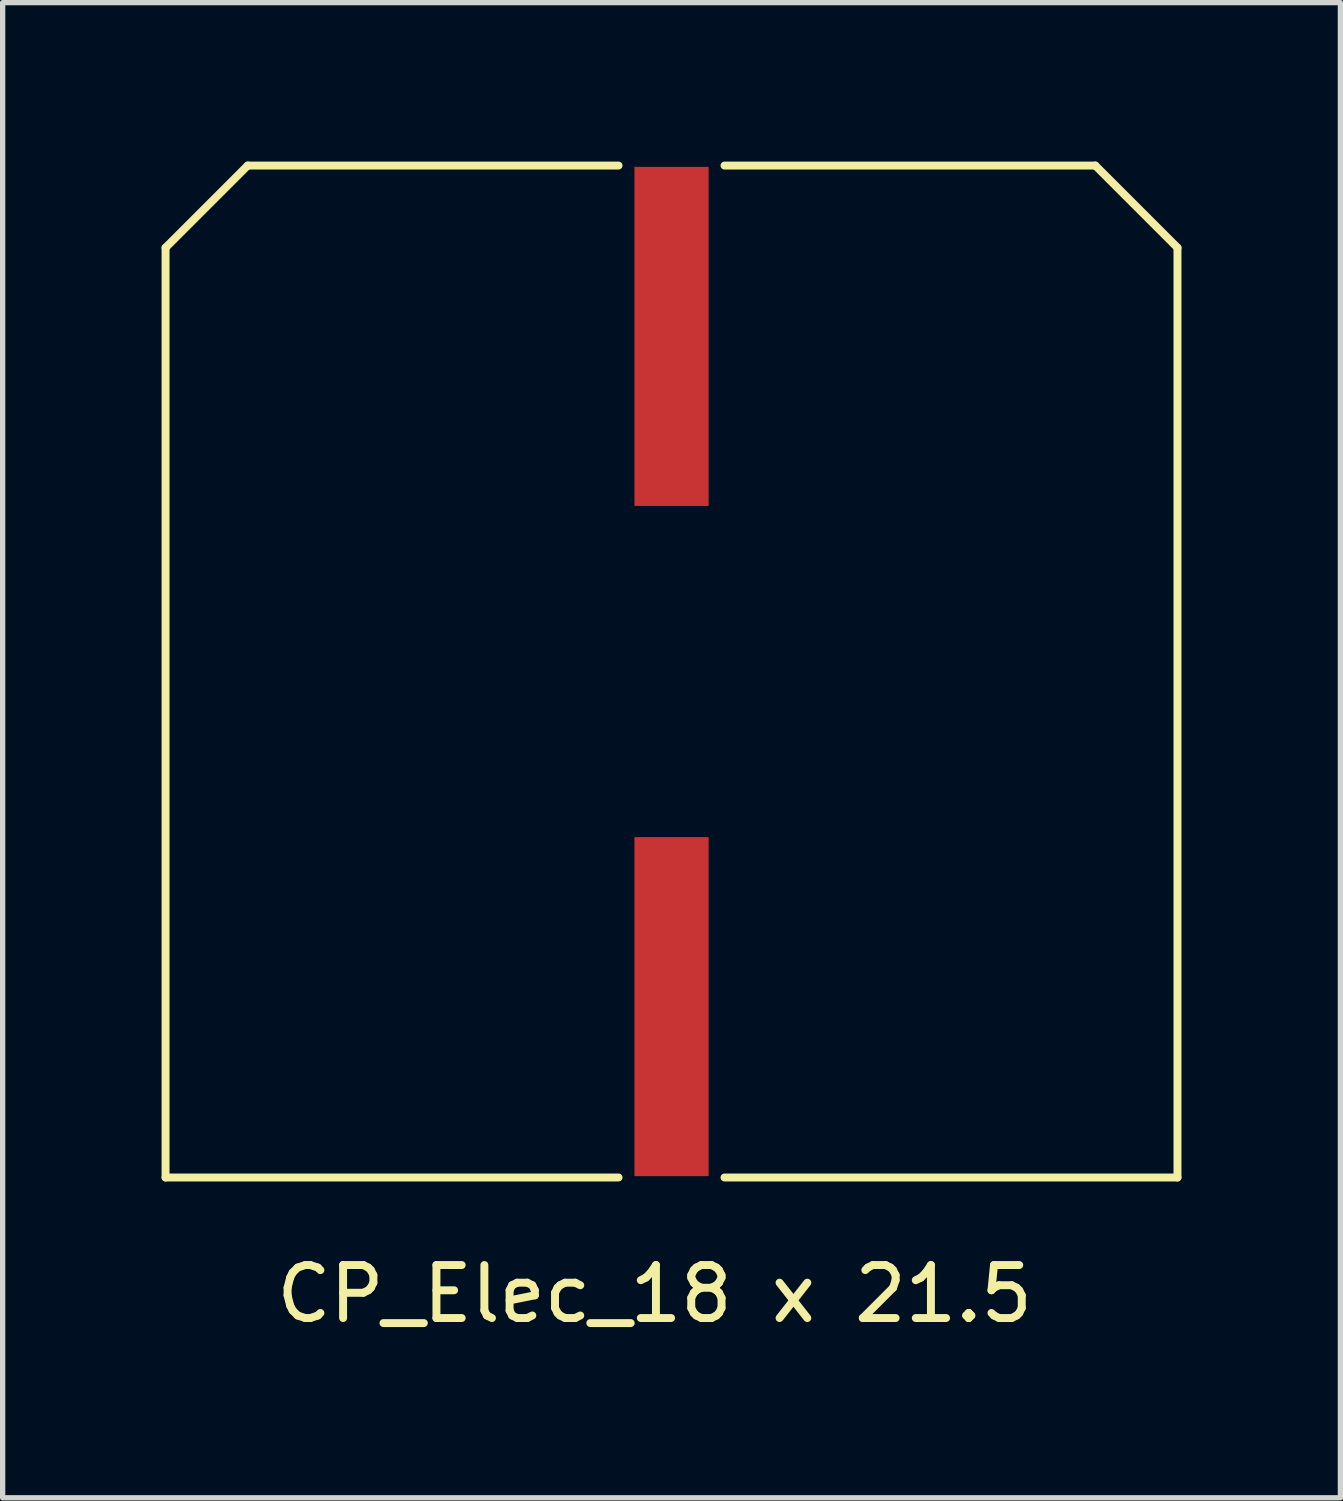
<source format=kicad_pcb>
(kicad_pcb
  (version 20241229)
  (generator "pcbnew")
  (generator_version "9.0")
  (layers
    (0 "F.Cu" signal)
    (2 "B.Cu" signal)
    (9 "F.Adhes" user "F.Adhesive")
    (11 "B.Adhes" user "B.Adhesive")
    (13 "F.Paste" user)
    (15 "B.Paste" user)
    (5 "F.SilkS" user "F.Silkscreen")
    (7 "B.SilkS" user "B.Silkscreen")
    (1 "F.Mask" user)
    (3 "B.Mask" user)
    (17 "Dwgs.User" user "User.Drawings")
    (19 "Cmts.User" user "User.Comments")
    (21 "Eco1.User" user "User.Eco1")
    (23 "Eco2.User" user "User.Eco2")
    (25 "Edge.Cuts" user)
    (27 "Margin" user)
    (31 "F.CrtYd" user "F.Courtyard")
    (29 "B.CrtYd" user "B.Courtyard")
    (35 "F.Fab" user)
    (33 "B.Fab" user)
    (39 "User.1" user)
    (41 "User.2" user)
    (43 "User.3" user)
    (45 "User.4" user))
  (footprint "CP_Elec_18 x 21.5"
    (layer "F.Cu")
    (at 9.625 9.625)
    (property "Reference" "CP_Elec_18 x 21.5" (at -0.318 11.748 0) (layer "F.SilkS") (effects (font (size 1 1) (thickness 0.15))))
    (attr through_hole)
    (fp_line (start -9.55 -8) (end -8 -9.55) (stroke (width 0.15) (type solid)) (layer "F.SilkS"))
    (fp_line (start -9.55 9.55) (end -9.55 -8) (stroke (width 0.15) (type solid)) (layer "F.SilkS"))
    (fp_line (start -1 -9.55) (end -8 -9.55) (stroke (width 0.15) (type solid)) (layer "F.SilkS"))
    (fp_line (start -1 9.55) (end -9.55 9.55) (stroke (width 0.15) (type solid)) (layer "F.SilkS"))
    (fp_line (start 1 -9.55) (end 8 -9.55) (stroke (width 0.15) (type solid)) (layer "F.SilkS"))
    (fp_line (start 1 9.55) (end 9.55 9.55) (stroke (width 0.15) (type solid)) (layer "F.SilkS"))
    (fp_line (start 8 -9.55) (end 9.55 -8) (stroke (width 0.15) (type solid)) (layer "F.SilkS"))
    (fp_line (start 9.55 9.55) (end 9.55 -8) (stroke (width 0.15) (type solid)) (layer "F.SilkS"))
    (pad "1" smd rect (at 0 -6.325) (size 1.4 6.4) (layers "F.Cu" "F.Mask" "F.Paste"))
    (pad "2" smd rect (at 0 6.325) (size 1.4 6.4) (layers "F.Cu" "F.Mask" "F.Paste")))
  (gr_rect
    (start -3 -3)
    (end 22.25 25.221)
    (stroke (width 0.1) (type default))
    (fill no)
    (layer "Edge.Cuts")))
</source>
